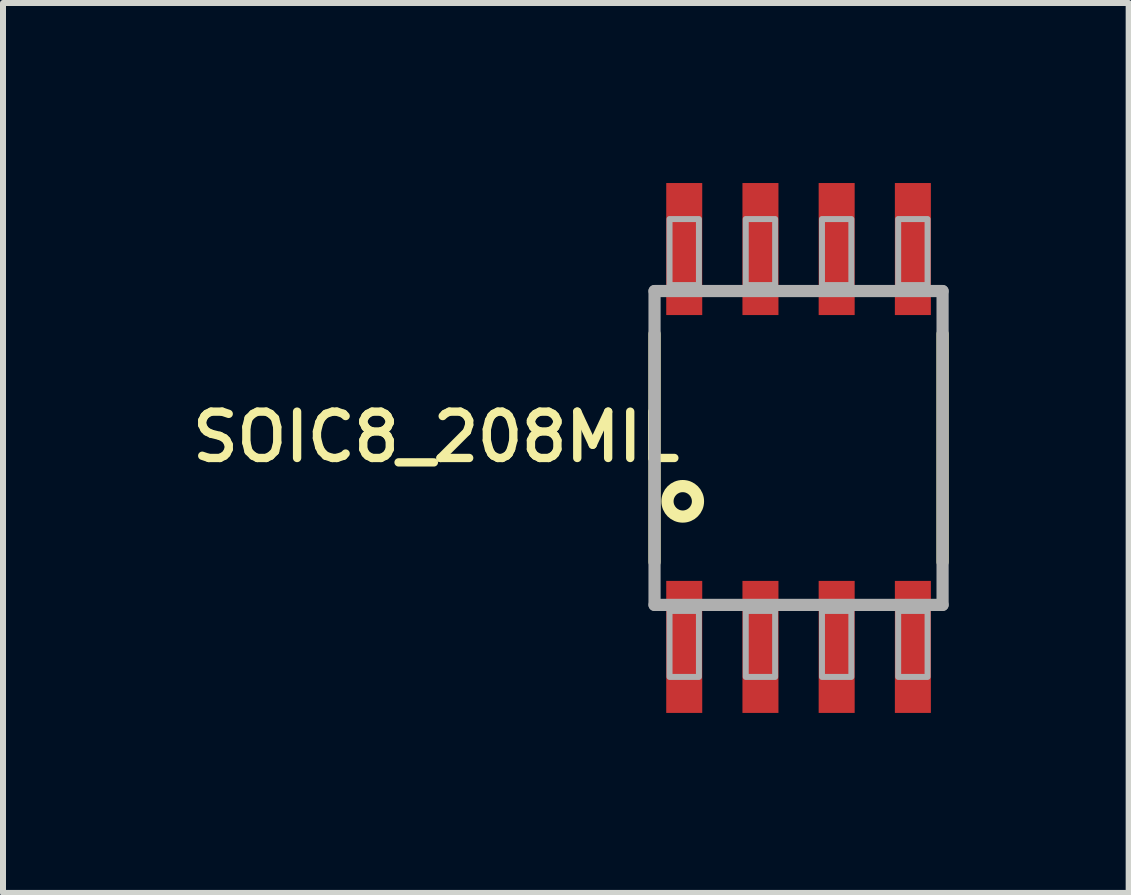
<source format=kicad_pcb>
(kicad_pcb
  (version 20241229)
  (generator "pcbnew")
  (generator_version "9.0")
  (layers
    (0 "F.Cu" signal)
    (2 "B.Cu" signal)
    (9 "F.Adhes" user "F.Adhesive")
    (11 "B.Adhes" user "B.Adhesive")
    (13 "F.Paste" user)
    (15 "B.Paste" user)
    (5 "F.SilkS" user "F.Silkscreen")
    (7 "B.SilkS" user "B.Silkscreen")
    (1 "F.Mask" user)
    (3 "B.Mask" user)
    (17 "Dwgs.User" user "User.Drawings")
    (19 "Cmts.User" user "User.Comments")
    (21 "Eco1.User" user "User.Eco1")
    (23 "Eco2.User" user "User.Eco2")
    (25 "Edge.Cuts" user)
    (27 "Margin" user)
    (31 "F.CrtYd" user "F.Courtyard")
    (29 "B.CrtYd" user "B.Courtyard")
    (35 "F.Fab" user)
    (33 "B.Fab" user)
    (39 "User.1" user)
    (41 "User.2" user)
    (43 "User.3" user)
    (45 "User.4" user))
  (footprint "SOIC8_208MIL"
    (layer "F.Cu")
    (at 10.257 4.415)
    (property "Reference" "SOIC8_208MIL" (at -1.905 -0.635 180) (layer "F.SilkS") (effects (font (size 0.772 0.772) (thickness 0.139)) (justify right top)))
    (attr through_hole)
    (fp_line (start -2.4 1.9) (end -2.4 -1.9) (stroke (width 0.203) (type solid)) (layer "F.SilkS"))
    (fp_line (start 2.4 -1.9) (end 2.4 1.9) (stroke (width 0.203) (type solid)) (layer "F.SilkS"))
    (fp_circle (center -1.93 0.889) (end -1.676 0.889) (stroke (width 0.203) (type solid)) (fill no) (layer "F.SilkS"))
    (fp_line (start -2.4 -2.615) (end 2.4 -2.615) (stroke (width 0.203) (type solid)) (layer "F.Fab"))
    (fp_line (start -2.4 2.615) (end -2.4 -2.615) (stroke (width 0.203) (type solid)) (layer "F.Fab"))
    (fp_line (start 2.4 -2.615) (end 2.4 2.615) (stroke (width 0.203) (type solid)) (layer "F.Fab"))
    (fp_line (start 2.4 2.615) (end -2.4 2.615) (stroke (width 0.203) (type solid)) (layer "F.Fab"))
    (fp_poly (pts (xy -2.15 -2.715) (xy -1.66 -2.715) (xy -1.66 -3.815) (xy -2.15 -3.815)) (stroke (width 0.1) (type solid)) (fill no) (layer "F.Fab"))
    (fp_poly (pts (xy -2.15 3.815) (xy -1.66 3.815) (xy -1.66 2.715) (xy -2.15 2.715)) (stroke (width 0.1) (type solid)) (fill no) (layer "F.Fab"))
    (fp_poly (pts (xy -0.88 -2.715) (xy -0.39 -2.715) (xy -0.39 -3.815) (xy -0.88 -3.815)) (stroke (width 0.1) (type solid)) (fill no) (layer "F.Fab"))
    (fp_poly (pts (xy -0.88 3.815) (xy -0.39 3.815) (xy -0.39 2.715) (xy -0.88 2.715)) (stroke (width 0.1) (type solid)) (fill no) (layer "F.Fab"))
    (fp_poly (pts (xy 0.39 -2.715) (xy 0.88 -2.715) (xy 0.88 -3.815) (xy 0.39 -3.815)) (stroke (width 0.1) (type solid)) (fill no) (layer "F.Fab"))
    (fp_poly (pts (xy 0.39 3.815) (xy 0.88 3.815) (xy 0.88 2.715) (xy 0.39 2.715)) (stroke (width 0.1) (type solid)) (fill no) (layer "F.Fab"))
    (fp_poly (pts (xy 1.66 -2.715) (xy 2.15 -2.715) (xy 2.15 -3.815) (xy 1.66 -3.815)) (stroke (width 0.1) (type solid)) (fill no) (layer "F.Fab"))
    (fp_poly (pts (xy 1.66 3.815) (xy 2.15 3.815) (xy 2.15 2.715) (xy 1.66 2.715)) (stroke (width 0.1) (type solid)) (fill no) (layer "F.Fab"))
    (pad "1" smd rect (at -1.905 3.315) (size 0.6 2.2) (layers "F.Cu" "F.Mask" "F.Paste"))
    (pad "2" smd rect (at -0.635 3.315) (size 0.6 2.2) (layers "F.Cu" "F.Mask" "F.Paste"))
    (pad "3" smd rect (at 0.635 3.315) (size 0.6 2.2) (layers "F.Cu" "F.Mask" "F.Paste"))
    (pad "4" smd rect (at 1.905 3.315) (size 0.6 2.2) (layers "F.Cu" "F.Mask" "F.Paste"))
    (pad "5" smd rect (at 1.905 -3.315) (size 0.6 2.2) (layers "F.Cu" "F.Mask" "F.Paste"))
    (pad "6" smd rect (at 0.635 -3.315) (size 0.6 2.2) (layers "F.Cu" "F.Mask" "F.Paste"))
    (pad "7" smd rect (at -0.635 -3.315) (size 0.6 2.2) (layers "F.Cu" "F.Mask" "F.Paste"))
    (pad "8" smd rect (at -1.905 -3.315) (size 0.6 2.2) (layers "F.Cu" "F.Mask" "F.Paste")))
  (gr_rect
    (start -3 -3)
    (end 15.758 11.83)
    (stroke (width 0.1) (type default))
    (fill no)
    (layer "Edge.Cuts")))
</source>
